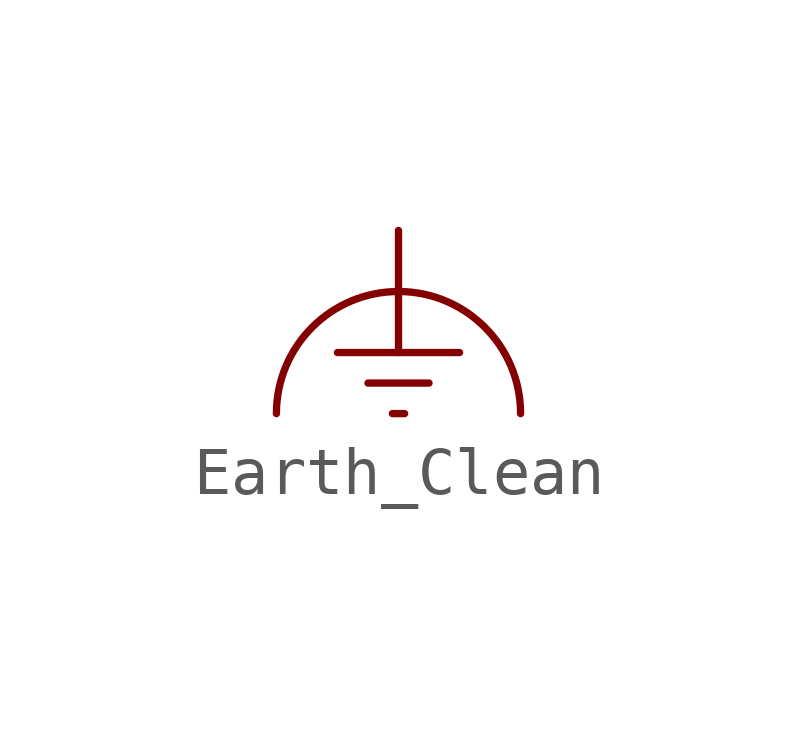
<source format=kicad_sym>
(kicad_symbol_lib
  (version 20211014)
  (generator kicad_symbol_editor)
  (symbol "Earth_Clean"
    (power)
    (pin_names
      (offset 0))
    (property "Reference" "#PWR"
      (at 6.35 0 0)
      (effects (font (size 1.27 1.27)) hide))
    (property "Footprint" ""
      (at 0 -1.27 0)
      (effects (font (size 1.524 1.524))))
    (property "Datasheet" ""
      (at 0 -1.27 0)
      (effects (font (size 1.524 1.524))))
    (symbol "Earth_Clean_0_1"
      (polyline (pts (xy -0.635 -3.175) (xy 0.635 -3.175)) (stroke (width 0) (type default) (color 0 0 0 0)) (fill (type none)))
      (polyline (pts (xy -0.127 -3.81) (xy 0.127 -3.81)) (stroke (width 0) (type default) (color 0 0 0 0)) (fill (type none)))
      (polyline (pts (xy 0 -2.54) (xy 0 0)) (stroke (width 0) (type default) (color 0 0 0 0)) (fill (type none)))
      (polyline (pts (xy 1.27 -2.54) (xy -1.27 -2.54)) (stroke (width 0) (type default) (color 0 0 0 0)) (fill (type none)))
      (arc (start 2.54 -3.81) (mid 0 -1.27) (end -2.54 -3.81) (stroke (width 0) (type default) (color 0 0 0 0)) (fill (type none))))
    (symbol "Earth_Clean_1_1"
      (pin power_in line (at 0 0 270) (length 0) hide (name "Earth_Clean" (effects (font (size 1.27 1.27)))) (number "1" (effects (font (size 1.27 1.27))))))))
</source>
